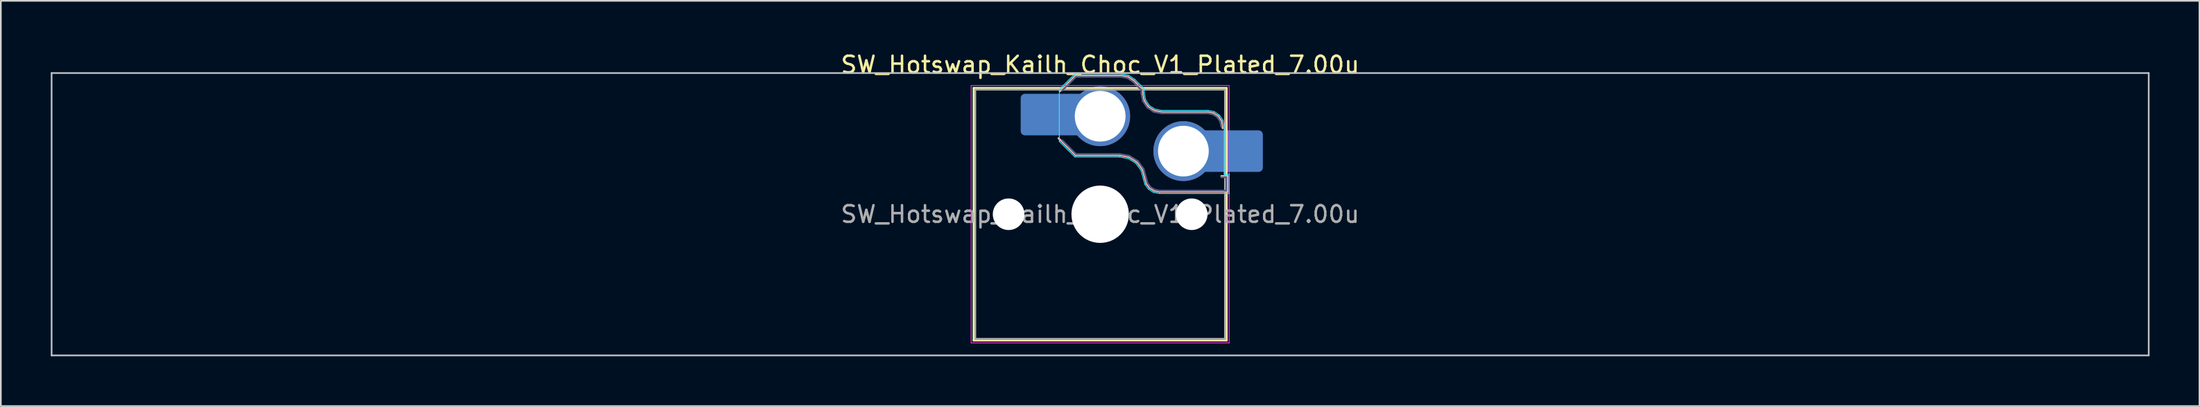
<source format=kicad_pcb>
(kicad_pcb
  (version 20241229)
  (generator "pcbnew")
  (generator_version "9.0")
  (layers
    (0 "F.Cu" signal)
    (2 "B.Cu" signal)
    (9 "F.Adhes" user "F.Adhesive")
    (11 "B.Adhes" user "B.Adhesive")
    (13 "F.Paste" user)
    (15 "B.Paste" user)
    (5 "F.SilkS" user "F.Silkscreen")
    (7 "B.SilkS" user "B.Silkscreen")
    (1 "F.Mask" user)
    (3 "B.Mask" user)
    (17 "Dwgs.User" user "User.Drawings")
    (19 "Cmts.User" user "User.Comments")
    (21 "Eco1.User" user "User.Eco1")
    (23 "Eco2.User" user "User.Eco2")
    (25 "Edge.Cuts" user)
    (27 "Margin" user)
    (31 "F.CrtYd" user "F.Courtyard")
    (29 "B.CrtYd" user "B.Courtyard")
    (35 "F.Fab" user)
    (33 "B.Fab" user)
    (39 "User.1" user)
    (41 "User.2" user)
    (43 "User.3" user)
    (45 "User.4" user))
  (footprint "SW_Hotswap_Kailh_Choc_V1_Plated_7.00u"
    (layer "F.Cu")
    (at 63.05 9.848)
    (property "Reference" "SW_Hotswap_Kailh_Choc_V1_Plated_7.00u" (at 0 -9 0) (layer "F.SilkS") (effects (font (size 1 1) (thickness 0.15))))
    (attr smd)
    (fp_line (start -7.6 -7.6) (end -7.6 7.6) (stroke (width 0.12) (type solid)) (layer "F.SilkS"))
    (fp_line (start -7.6 7.6) (end 7.6 7.6) (stroke (width 0.12) (type solid)) (layer "F.SilkS"))
    (fp_line (start 7.6 -7.6) (end -7.6 -7.6) (stroke (width 0.12) (type solid)) (layer "F.SilkS"))
    (fp_line (start 7.6 7.6) (end 7.6 -7.6) (stroke (width 0.12) (type solid)) (layer "F.SilkS"))
    (fp_line (start -2.416 -7.409) (end -1.479 -8.346) (stroke (width 0.12) (type solid)) (layer "B.SilkS"))
    (fp_line (start -1.479 -8.346) (end 1.268 -8.346) (stroke (width 0.12) (type solid)) (layer "B.SilkS"))
    (fp_line (start -1.479 -3.554) (end -2.5 -4.575) (stroke (width 0.12) (type solid)) (layer "B.SilkS"))
    (fp_line (start 1.168 -3.554) (end -1.479 -3.554) (stroke (width 0.12) (type solid)) (layer "B.SilkS"))
    (fp_line (start 1.268 -8.346) (end 1.671 -8.266) (stroke (width 0.12) (type solid)) (layer "B.SilkS"))
    (fp_line (start 1.671 -8.266) (end 2.013 -8.037) (stroke (width 0.12) (type solid)) (layer "B.SilkS"))
    (fp_line (start 1.73 -3.449) (end 1.168 -3.554) (stroke (width 0.12) (type solid)) (layer "B.SilkS"))
    (fp_line (start 2.013 -8.037) (end 2.546 -7.504) (stroke (width 0.12) (type solid)) (layer "B.SilkS"))
    (fp_line (start 2.209 -3.15) (end 1.73 -3.449) (stroke (width 0.12) (type solid)) (layer "B.SilkS"))
    (fp_line (start 2.546 -7.504) (end 2.546 -7.282) (stroke (width 0.12) (type solid)) (layer "B.SilkS"))
    (fp_line (start 2.546 -7.282) (end 2.633 -6.844) (stroke (width 0.12) (type solid)) (layer "B.SilkS"))
    (fp_line (start 2.547 -2.697) (end 2.209 -3.15) (stroke (width 0.12) (type solid)) (layer "B.SilkS"))
    (fp_line (start 2.633 -6.844) (end 2.877 -6.477) (stroke (width 0.12) (type solid)) (layer "B.SilkS"))
    (fp_line (start 2.701 -2.139) (end 2.547 -2.697) (stroke (width 0.12) (type solid)) (layer "B.SilkS"))
    (fp_line (start 2.783 -1.841) (end 2.701 -2.139) (stroke (width 0.12) (type solid)) (layer "B.SilkS"))
    (fp_line (start 2.877 -6.477) (end 3.244 -6.233) (stroke (width 0.12) (type solid)) (layer "B.SilkS"))
    (fp_line (start 2.976 -1.583) (end 2.783 -1.841) (stroke (width 0.12) (type solid)) (layer "B.SilkS"))
    (fp_line (start 3.244 -6.233) (end 3.682 -6.146) (stroke (width 0.12) (type solid)) (layer "B.SilkS"))
    (fp_line (start 3.25 -1.413) (end 2.976 -1.583) (stroke (width 0.12) (type solid)) (layer "B.SilkS"))
    (fp_line (start 3.56 -1.354) (end 3.25 -1.413) (stroke (width 0.12) (type solid)) (layer "B.SilkS"))
    (fp_line (start 3.682 -6.146) (end 6.482 -6.146) (stroke (width 0.12) (type solid)) (layer "B.SilkS"))
    (fp_line (start 6.482 -6.146) (end 6.809 -6.081) (stroke (width 0.12) (type solid)) (layer "B.SilkS"))
    (fp_line (start 6.809 -6.081) (end 7.092 -5.892) (stroke (width 0.12) (type solid)) (layer "B.SilkS"))
    (fp_line (start 7.092 -5.892) (end 7.281 -5.609) (stroke (width 0.12) (type solid)) (layer "B.SilkS"))
    (fp_line (start 7.281 -5.609) (end 7.366 -5.182) (stroke (width 0.12) (type solid)) (layer "B.SilkS"))
    (fp_line (start 7.283 -2.296) (end 7.646 -2.296) (stroke (width 0.12) (type solid)) (layer "B.SilkS"))
    (fp_line (start 7.646 -2.296) (end 7.646 -1.354) (stroke (width 0.12) (type solid)) (layer "B.SilkS"))
    (fp_line (start 7.646 -1.354) (end 3.56 -1.354) (stroke (width 0.12) (type solid)) (layer "B.SilkS"))
    (fp_line (start -63 -8.5) (end -63 8.5) (stroke (width 0.1) (type solid)) (layer "Dwgs.User"))
    (fp_line (start -63 8.5) (end 63 8.5) (stroke (width 0.1) (type solid)) (layer "Dwgs.User"))
    (fp_line (start 63 -8.5) (end -63 -8.5) (stroke (width 0.1) (type solid)) (layer "Dwgs.User"))
    (fp_line (start 63 8.5) (end 63 -8.5) (stroke (width 0.1) (type solid)) (layer "Dwgs.User"))
    (fp_line (start -7.25 -7.25) (end -7.25 7.25) (stroke (width 0.1) (type solid)) (layer "Eco1.User"))
    (fp_line (start -7.25 7.25) (end 7.25 7.25) (stroke (width 0.1) (type solid)) (layer "Eco1.User"))
    (fp_line (start 7.25 -7.25) (end -7.25 -7.25) (stroke (width 0.1) (type solid)) (layer "Eco1.User"))
    (fp_line (start 7.25 7.25) (end 7.25 -7.25) (stroke (width 0.1) (type solid)) (layer "Eco1.User"))
    (fp_line (start -2.452 -7.523) (end -1.523 -8.452) (stroke (width 0.05) (type solid)) (layer "B.CrtYd"))
    (fp_line (start -2.452 -4.377) (end -2.452 -7.523) (stroke (width 0.05) (type solid)) (layer "B.CrtYd"))
    (fp_line (start -1.523 -8.452) (end 1.278 -8.452) (stroke (width 0.05) (type solid)) (layer "B.CrtYd"))
    (fp_line (start -1.523 -3.448) (end -2.452 -4.377) (stroke (width 0.05) (type solid)) (layer "B.CrtYd"))
    (fp_line (start 1.159 -3.448) (end -1.523 -3.448) (stroke (width 0.05) (type solid)) (layer "B.CrtYd"))
    (fp_line (start 1.278 -8.452) (end 1.712 -8.366) (stroke (width 0.05) (type solid)) (layer "B.CrtYd"))
    (fp_line (start 1.691 -3.348) (end 1.159 -3.448) (stroke (width 0.05) (type solid)) (layer "B.CrtYd"))
    (fp_line (start 1.712 -8.366) (end 2.081 -8.119) (stroke (width 0.05) (type solid)) (layer "B.CrtYd"))
    (fp_line (start 2.081 -8.119) (end 2.652 -7.548) (stroke (width 0.05) (type solid)) (layer "B.CrtYd"))
    (fp_line (start 2.136 -3.071) (end 1.691 -3.348) (stroke (width 0.05) (type solid)) (layer "B.CrtYd"))
    (fp_line (start 2.45 -2.65) (end 2.136 -3.071) (stroke (width 0.05) (type solid)) (layer "B.CrtYd"))
    (fp_line (start 2.599 -2.111) (end 2.45 -2.65) (stroke (width 0.05) (type solid)) (layer "B.CrtYd"))
    (fp_line (start 2.652 -7.548) (end 2.652 -7.292) (stroke (width 0.05) (type solid)) (layer "B.CrtYd"))
    (fp_line (start 2.652 -7.292) (end 2.733 -6.885) (stroke (width 0.05) (type solid)) (layer "B.CrtYd"))
    (fp_line (start 2.687 -1.794) (end 2.599 -2.111) (stroke (width 0.05) (type solid)) (layer "B.CrtYd"))
    (fp_line (start 2.733 -6.885) (end 2.953 -6.553) (stroke (width 0.05) (type solid)) (layer "B.CrtYd"))
    (fp_line (start 2.903 -1.503) (end 2.687 -1.794) (stroke (width 0.05) (type solid)) (layer "B.CrtYd"))
    (fp_line (start 2.953 -6.553) (end 3.285 -6.333) (stroke (width 0.05) (type solid)) (layer "B.CrtYd"))
    (fp_line (start 3.211 -1.312) (end 2.903 -1.503) (stroke (width 0.05) (type solid)) (layer "B.CrtYd"))
    (fp_line (start 3.285 -6.333) (end 3.692 -6.252) (stroke (width 0.05) (type solid)) (layer "B.CrtYd"))
    (fp_line (start 3.55 -1.248) (end 3.211 -1.312) (stroke (width 0.05) (type solid)) (layer "B.CrtYd"))
    (fp_line (start 3.692 -6.252) (end 6.492 -6.252) (stroke (width 0.05) (type solid)) (layer "B.CrtYd"))
    (fp_line (start 6.492 -6.252) (end 6.85 -6.181) (stroke (width 0.05) (type solid)) (layer "B.CrtYd"))
    (fp_line (start 6.85 -6.181) (end 7.168 -5.968) (stroke (width 0.05) (type solid)) (layer "B.CrtYd"))
    (fp_line (start 7.168 -5.968) (end 7.381 -5.65) (stroke (width 0.05) (type solid)) (layer "B.CrtYd"))
    (fp_line (start 7.381 -5.65) (end 7.452 -5.292) (stroke (width 0.05) (type solid)) (layer "B.CrtYd"))
    (fp_line (start 7.452 -5.292) (end 7.452 -2.402) (stroke (width 0.05) (type solid)) (layer "B.CrtYd"))
    (fp_line (start 7.452 -2.402) (end 7.752 -2.402) (stroke (width 0.05) (type solid)) (layer "B.CrtYd"))
    (fp_line (start 7.752 -2.402) (end 7.752 -1.248) (stroke (width 0.05) (type solid)) (layer "B.CrtYd"))
    (fp_line (start 7.752 -1.248) (end 3.55 -1.248) (stroke (width 0.05) (type solid)) (layer "B.CrtYd"))
    (fp_line (start -7.75 -7.75) (end -7.75 7.75) (stroke (width 0.05) (type solid)) (layer "F.CrtYd"))
    (fp_line (start -7.75 7.75) (end 7.75 7.75) (stroke (width 0.05) (type solid)) (layer "F.CrtYd"))
    (fp_line (start 7.75 -7.75) (end -7.75 -7.75) (stroke (width 0.05) (type solid)) (layer "F.CrtYd"))
    (fp_line (start 7.75 7.75) (end 7.75 -7.75) (stroke (width 0.05) (type solid)) (layer "F.CrtYd"))
    (fp_line (start -2.275 -7.45) (end -1.45 -8.275) (stroke (width 0.1) (type solid)) (layer "B.Fab"))
    (fp_line (start -1.45 -8.275) (end 1.261 -8.275) (stroke (width 0.1) (type solid)) (layer "B.Fab"))
    (fp_line (start -1.45 -3.625) (end -2.275 -4.45) (stroke (width 0.1) (type solid)) (layer "B.Fab"))
    (fp_line (start 1.175 -3.625) (end -1.45 -3.625) (stroke (width 0.1) (type solid)) (layer "B.Fab"))
    (fp_line (start 1.261 -8.275) (end 1.643 -8.199) (stroke (width 0.1) (type solid)) (layer "B.Fab"))
    (fp_line (start 1.643 -8.199) (end 1.968 -7.982) (stroke (width 0.1) (type solid)) (layer "B.Fab"))
    (fp_line (start 1.756 -3.516) (end 1.175 -3.625) (stroke (width 0.1) (type solid)) (layer "B.Fab"))
    (fp_line (start 1.968 -7.982) (end 2.475 -7.475) (stroke (width 0.1) (type solid)) (layer "B.Fab"))
    (fp_line (start 2.258 -3.203) (end 1.756 -3.516) (stroke (width 0.1) (type solid)) (layer "B.Fab"))
    (fp_line (start 2.475 -7.475) (end 2.475 -7.275) (stroke (width 0.1) (type solid)) (layer "B.Fab"))
    (fp_line (start 2.475 -7.275) (end 2.566 -6.816) (stroke (width 0.1) (type solid)) (layer "B.Fab"))
    (fp_line (start 2.566 -6.816) (end 2.826 -6.426) (stroke (width 0.1) (type solid)) (layer "B.Fab"))
    (fp_line (start 2.612 -2.729) (end 2.258 -3.203) (stroke (width 0.1) (type solid)) (layer "B.Fab"))
    (fp_line (start 2.769 -2.158) (end 2.612 -2.729) (stroke (width 0.1) (type solid)) (layer "B.Fab"))
    (fp_line (start 2.826 -6.426) (end 3.216 -6.166) (stroke (width 0.1) (type solid)) (layer "B.Fab"))
    (fp_line (start 2.848 -1.873) (end 2.769 -2.158) (stroke (width 0.1) (type solid)) (layer "B.Fab"))
    (fp_line (start 3.025 -1.636) (end 2.848 -1.873) (stroke (width 0.1) (type solid)) (layer "B.Fab"))
    (fp_line (start 3.216 -6.166) (end 3.675 -6.075) (stroke (width 0.1) (type solid)) (layer "B.Fab"))
    (fp_line (start 3.276 -1.48) (end 3.025 -1.636) (stroke (width 0.1) (type solid)) (layer "B.Fab"))
    (fp_line (start 3.567 -1.425) (end 3.276 -1.48) (stroke (width 0.1) (type solid)) (layer "B.Fab"))
    (fp_line (start 3.675 -6.075) (end 6.475 -6.075) (stroke (width 0.1) (type solid)) (layer "B.Fab"))
    (fp_line (start 6.475 -6.075) (end 6.781 -6.014) (stroke (width 0.1) (type solid)) (layer "B.Fab"))
    (fp_line (start 6.781 -6.014) (end 7.041 -5.841) (stroke (width 0.1) (type solid)) (layer "B.Fab"))
    (fp_line (start 7.041 -5.841) (end 7.214 -5.581) (stroke (width 0.1) (type solid)) (layer "B.Fab"))
    (fp_line (start 7.214 -5.581) (end 7.275 -5.275) (stroke (width 0.1) (type solid)) (layer "B.Fab"))
    (fp_line (start 7.275 -2.225) (end 7.575 -2.225) (stroke (width 0.1) (type solid)) (layer "B.Fab"))
    (fp_line (start 7.575 -2.225) (end 7.575 -1.425) (stroke (width 0.1) (type solid)) (layer "B.Fab"))
    (fp_line (start 7.575 -1.425) (end 3.567 -1.425) (stroke (width 0.1) (type solid)) (layer "B.Fab"))
    (fp_line (start -7.5 -7.5) (end -7.5 7.5) (stroke (width 0.1) (type solid)) (layer "F.Fab"))
    (fp_line (start -7.5 7.5) (end 7.5 7.5) (stroke (width 0.1) (type solid)) (layer "F.Fab"))
    (fp_line (start 7.5 -7.5) (end -7.5 -7.5) (stroke (width 0.1) (type solid)) (layer "F.Fab"))
    (fp_line (start 7.5 7.5) (end 7.5 -7.5) (stroke (width 0.1) (type solid)) (layer "F.Fab"))
    (fp_text user "${REFERENCE}" (at 0 0 0) (layer "F.Fab") (effects (font (size 1 1) (thickness 0.15))))
    (pad "" np_thru_hole circle (at -5.5 0) (size 1.9 1.9) (drill 1.9) (layers "*.Cu" "*.Mask"))
    (pad "" smd roundrect (at -3.5 -6) (size 2.55 2.5) (layers "B.Mask" "B.Paste") (roundrect_rratio 0.1))
    (pad "" np_thru_hole circle (at 0 0) (size 3.45 3.45) (drill 3.45) (layers "*.Cu" "*.Mask"))
    (pad "" np_thru_hole circle (at 5.5 0) (size 1.9 1.9) (drill 1.9) (layers "*.Cu" "*.Mask"))
    (pad "" smd roundrect (at 8.5 -3.8) (size 2.55 2.5) (layers "B.Mask" "B.Paste") (roundrect_rratio 0.1))
    (pad "1" smd roundrect (at -2.85 -6) (size 3.85 2.5) (layers "B.Cu") (roundrect_rratio 0.1))
    (pad "1" thru_hole circle (at 0 -5.9) (size 3.6 3.6) (drill 3.05) (layers "*.Cu" "*.Mask"))
    (pad "2" thru_hole circle (at 5 -3.8) (size 3.6 3.6) (drill 3.05) (layers "*.Cu" "*.Mask"))
    (pad "2" smd roundrect (at 7.85 -3.8) (size 3.85 2.5) (layers "B.Cu") (roundrect_rratio 0.1)))
  (gr_rect
    (start -3 -3)
    (end 129.1 21.398)
    (stroke (width 0.1) (type default))
    (fill no)
    (layer "Edge.Cuts")))
</source>
